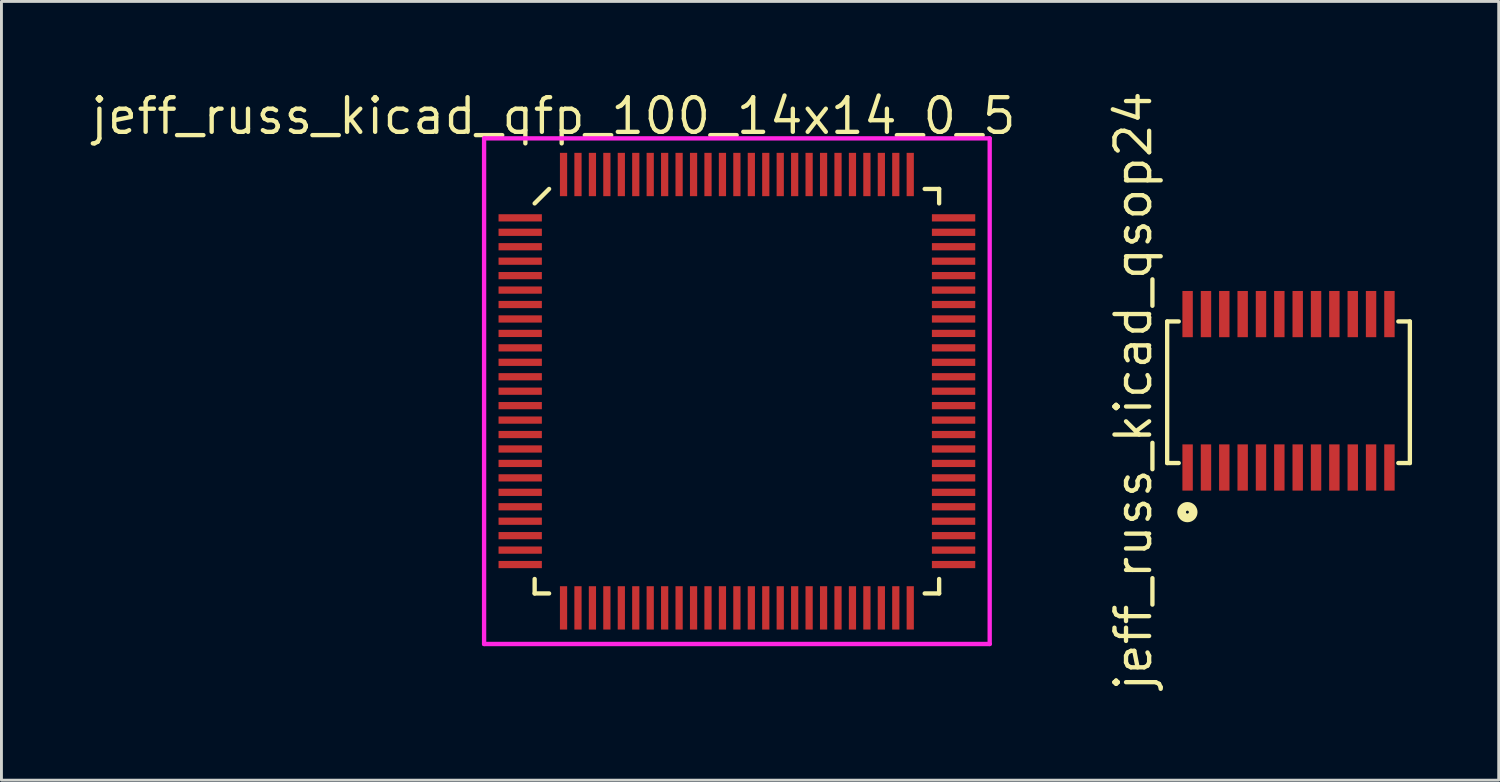
<source format=kicad_pcb>
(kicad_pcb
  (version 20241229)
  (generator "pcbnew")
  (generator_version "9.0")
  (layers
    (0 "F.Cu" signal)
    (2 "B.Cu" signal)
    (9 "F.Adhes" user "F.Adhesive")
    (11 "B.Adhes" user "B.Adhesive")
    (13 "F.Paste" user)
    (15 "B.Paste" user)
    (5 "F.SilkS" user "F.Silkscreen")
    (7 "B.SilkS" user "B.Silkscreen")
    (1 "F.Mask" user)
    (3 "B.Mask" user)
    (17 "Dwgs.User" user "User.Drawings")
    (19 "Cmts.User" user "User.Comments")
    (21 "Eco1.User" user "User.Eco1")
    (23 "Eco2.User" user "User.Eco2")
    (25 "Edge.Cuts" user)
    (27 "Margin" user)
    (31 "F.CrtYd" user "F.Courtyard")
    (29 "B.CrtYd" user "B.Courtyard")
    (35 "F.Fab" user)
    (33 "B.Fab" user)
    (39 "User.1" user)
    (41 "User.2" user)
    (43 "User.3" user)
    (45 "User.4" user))
  (footprint "jeff_russ_kicad_qsop24"
    (layer "F.Cu")
    (at 41.548 10.476)
    (property "Reference" "jeff_russ_kicad_qsop24" (at -5.372 0 90) (layer "F.SilkS") (effects (font (size 1.2 1.2) (thickness 0.15))))
    (attr through_hole)
    (fp_line (start -4.2 -2.4) (end -4.2 2.5) (stroke (width 0.15) (type solid)) (layer "F.SilkS"))
    (fp_line (start -4.2 2.5) (end -3.8 2.5) (stroke (width 0.15) (type solid)) (layer "F.SilkS"))
    (fp_line (start -3.8 -2.4) (end -4.2 -2.4) (stroke (width 0.15) (type solid)) (layer "F.SilkS"))
    (fp_line (start 3.8 2.5) (end 4.2 2.5) (stroke (width 0.15) (type solid)) (layer "F.SilkS"))
    (fp_line (start 4.2 -2.4) (end 3.8 -2.4) (stroke (width 0.15) (type solid)) (layer "F.SilkS"))
    (fp_line (start 4.2 2.5) (end 4.2 -2.4) (stroke (width 0.15) (type solid)) (layer "F.SilkS"))
    (fp_circle (center -3.5 4.2) (end -3.3 4.2) (stroke (width 0.3) (type solid)) (fill no) (layer "F.SilkS"))
    (pad "1" smd rect (at -3.493 2.655) (size 0.36 1.6) (layers "F.Cu" "F.Mask" "F.Paste"))
    (pad "2" smd rect (at -2.857 2.655) (size 0.36 1.6) (layers "F.Cu" "F.Mask" "F.Paste"))
    (pad "3" smd rect (at -2.223 2.655) (size 0.36 1.6) (layers "F.Cu" "F.Mask" "F.Paste"))
    (pad "4" smd rect (at -1.587 2.655) (size 0.36 1.6) (layers "F.Cu" "F.Mask" "F.Paste"))
    (pad "5" smd rect (at -0.953 2.655) (size 0.36 1.6) (layers "F.Cu" "F.Mask" "F.Paste"))
    (pad "6" smd rect (at -0.318 2.655) (size 0.36 1.6) (layers "F.Cu" "F.Mask" "F.Paste"))
    (pad "7" smd rect (at 0.318 2.655) (size 0.36 1.6) (layers "F.Cu" "F.Mask" "F.Paste"))
    (pad "8" smd rect (at 0.953 2.655) (size 0.36 1.6) (layers "F.Cu" "F.Mask" "F.Paste"))
    (pad "9" smd rect (at 1.587 2.655) (size 0.36 1.6) (layers "F.Cu" "F.Mask" "F.Paste"))
    (pad "10" smd rect (at 2.223 2.655) (size 0.36 1.6) (layers "F.Cu" "F.Mask" "F.Paste"))
    (pad "11" smd rect (at 2.857 2.655) (size 0.36 1.6) (layers "F.Cu" "F.Mask" "F.Paste"))
    (pad "12" smd rect (at 3.493 2.655) (size 0.36 1.6) (layers "F.Cu" "F.Mask" "F.Paste"))
    (pad "13" smd rect (at 3.493 -2.655) (size 0.36 1.6) (layers "F.Cu" "F.Mask" "F.Paste"))
    (pad "14" smd rect (at 2.857 -2.655) (size 0.36 1.6) (layers "F.Cu" "F.Mask" "F.Paste"))
    (pad "15" smd rect (at 2.223 -2.655) (size 0.36 1.6) (layers "F.Cu" "F.Mask" "F.Paste"))
    (pad "16" smd rect (at 1.587 -2.655) (size 0.36 1.6) (layers "F.Cu" "F.Mask" "F.Paste"))
    (pad "17" smd rect (at 0.953 -2.655) (size 0.36 1.6) (layers "F.Cu" "F.Mask" "F.Paste"))
    (pad "18" smd rect (at 0.318 -2.655) (size 0.36 1.6) (layers "F.Cu" "F.Mask" "F.Paste"))
    (pad "19" smd rect (at -0.318 -2.655) (size 0.36 1.6) (layers "F.Cu" "F.Mask" "F.Paste"))
    (pad "20" smd rect (at -0.953 -2.655) (size 0.36 1.6) (layers "F.Cu" "F.Mask" "F.Paste"))
    (pad "21" smd rect (at -1.587 -2.655) (size 0.36 1.6) (layers "F.Cu" "F.Mask" "F.Paste"))
    (pad "22" smd rect (at -2.223 -2.655) (size 0.36 1.6) (layers "F.Cu" "F.Mask" "F.Paste"))
    (pad "23" smd rect (at -2.857 -2.655) (size 0.36 1.6) (layers "F.Cu" "F.Mask" "F.Paste"))
    (pad "24" smd rect (at -3.493 -2.655) (size 0.36 1.6) (layers "F.Cu" "F.Mask" "F.Paste")))
  (footprint "jeff_russ_kicad_qfp_100_14x14_0_5"
    (layer "F.Cu")
    (at 22.455 10.49)
    (property "Reference" "jeff_russ_kicad_qfp_100_14x14_0_5" (at -6.35 -9.525 0) (layer "F.SilkS") (effects (font (size 1.2 1.2) (thickness 0.15))))
    (attr through_hole)
    (fp_line (start -7 -6.5) (end -6.5 -7) (stroke (width 0.15) (type solid)) (layer "F.SilkS"))
    (fp_line (start -7 7) (end -7 6.5) (stroke (width 0.15) (type solid)) (layer "F.SilkS"))
    (fp_line (start -6.5 7) (end -7 7) (stroke (width 0.15) (type solid)) (layer "F.SilkS"))
    (fp_line (start 6.5 -7) (end 7 -7) (stroke (width 0.15) (type solid)) (layer "F.SilkS"))
    (fp_line (start 6.5 7) (end 7 7) (stroke (width 0.15) (type solid)) (layer "F.SilkS"))
    (fp_line (start 7 -7) (end 7 -6.5) (stroke (width 0.15) (type solid)) (layer "F.SilkS"))
    (fp_line (start 7 7) (end 7 6.5) (stroke (width 0.15) (type solid)) (layer "F.SilkS"))
    (fp_line (start -8.75 -8.75) (end 8.75 -8.75) (stroke (width 0.15) (type solid)) (layer "F.CrtYd"))
    (fp_line (start -8.75 8.75) (end -8.75 -8.75) (stroke (width 0.15) (type solid)) (layer "F.CrtYd"))
    (fp_line (start 8.75 -8.75) (end 8.75 8.75) (stroke (width 0.15) (type solid)) (layer "F.CrtYd"))
    (fp_line (start 8.75 8.75) (end -8.75 8.75) (stroke (width 0.15) (type solid)) (layer "F.CrtYd"))
    (pad "1" smd rect (at -7.5 -6 90) (size 0.25 1.5) (layers "F.Cu" "F.Mask" "F.Paste"))
    (pad "2" smd rect (at -7.5 -5.5 90) (size 0.25 1.5) (layers "F.Cu" "F.Mask" "F.Paste"))
    (pad "3" smd rect (at -7.5 -5 90) (size 0.25 1.5) (layers "F.Cu" "F.Mask" "F.Paste"))
    (pad "4" smd rect (at -7.5 -4.5 90) (size 0.25 1.5) (layers "F.Cu" "F.Mask" "F.Paste"))
    (pad "5" smd rect (at -7.5 -4 90) (size 0.25 1.5) (layers "F.Cu" "F.Mask" "F.Paste"))
    (pad "6" smd rect (at -7.5 -3.5 90) (size 0.25 1.5) (layers "F.Cu" "F.Mask" "F.Paste"))
    (pad "7" smd rect (at -7.5 -3 90) (size 0.25 1.5) (layers "F.Cu" "F.Mask" "F.Paste"))
    (pad "8" smd rect (at -7.5 -2.5 90) (size 0.25 1.5) (layers "F.Cu" "F.Mask" "F.Paste"))
    (pad "9" smd rect (at -7.5 -2 90) (size 0.25 1.5) (layers "F.Cu" "F.Mask" "F.Paste"))
    (pad "10" smd rect (at -7.5 -1.5 90) (size 0.25 1.5) (layers "F.Cu" "F.Mask" "F.Paste"))
    (pad "11" smd rect (at -7.5 -1 90) (size 0.25 1.5) (layers "F.Cu" "F.Mask" "F.Paste"))
    (pad "12" smd rect (at -7.5 -0.5 90) (size 0.25 1.5) (layers "F.Cu" "F.Mask" "F.Paste"))
    (pad "13" smd rect (at -7.5 0 90) (size 0.25 1.5) (layers "F.Cu" "F.Mask" "F.Paste"))
    (pad "14" smd rect (at -7.5 0.5 90) (size 0.25 1.5) (layers "F.Cu" "F.Mask" "F.Paste"))
    (pad "15" smd rect (at -7.5 1 90) (size 0.25 1.5) (layers "F.Cu" "F.Mask" "F.Paste"))
    (pad "16" smd rect (at -7.5 1.5 90) (size 0.25 1.5) (layers "F.Cu" "F.Mask" "F.Paste"))
    (pad "17" smd rect (at -7.5 2 90) (size 0.25 1.5) (layers "F.Cu" "F.Mask" "F.Paste"))
    (pad "18" smd rect (at -7.5 2.5 90) (size 0.25 1.5) (layers "F.Cu" "F.Mask" "F.Paste"))
    (pad "19" smd rect (at -7.5 3 90) (size 0.25 1.5) (layers "F.Cu" "F.Mask" "F.Paste"))
    (pad "20" smd rect (at -7.5 3.5 90) (size 0.25 1.5) (layers "F.Cu" "F.Mask" "F.Paste"))
    (pad "21" smd rect (at -7.5 4 90) (size 0.25 1.5) (layers "F.Cu" "F.Mask" "F.Paste"))
    (pad "22" smd rect (at -7.5 4.5 90) (size 0.25 1.5) (layers "F.Cu" "F.Mask" "F.Paste"))
    (pad "23" smd rect (at -7.5 5 90) (size 0.25 1.5) (layers "F.Cu" "F.Mask" "F.Paste"))
    (pad "24" smd rect (at -7.5 5.5 90) (size 0.25 1.5) (layers "F.Cu" "F.Mask" "F.Paste"))
    (pad "25" smd rect (at -7.5 6 90) (size 0.25 1.5) (layers "F.Cu" "F.Mask" "F.Paste"))
    (pad "26" smd rect (at -6 7.5) (size 0.25 1.5) (layers "F.Cu" "F.Mask" "F.Paste"))
    (pad "27" smd rect (at -5.5 7.5) (size 0.25 1.5) (layers "F.Cu" "F.Mask" "F.Paste"))
    (pad "28" smd rect (at -5 7.5) (size 0.25 1.5) (layers "F.Cu" "F.Mask" "F.Paste"))
    (pad "29" smd rect (at -4.5 7.5) (size 0.25 1.5) (layers "F.Cu" "F.Mask" "F.Paste"))
    (pad "30" smd rect (at -4 7.5) (size 0.25 1.5) (layers "F.Cu" "F.Mask" "F.Paste"))
    (pad "31" smd rect (at -3.5 7.5) (size 0.25 1.5) (layers "F.Cu" "F.Mask" "F.Paste"))
    (pad "32" smd rect (at -3 7.5) (size 0.25 1.5) (layers "F.Cu" "F.Mask" "F.Paste"))
    (pad "33" smd rect (at -2.5 7.5) (size 0.25 1.5) (layers "F.Cu" "F.Mask" "F.Paste"))
    (pad "34" smd rect (at -2 7.5) (size 0.25 1.5) (layers "F.Cu" "F.Mask" "F.Paste"))
    (pad "35" smd rect (at -1.5 7.5) (size 0.25 1.5) (layers "F.Cu" "F.Mask" "F.Paste"))
    (pad "36" smd rect (at -1 7.5) (size 0.25 1.5) (layers "F.Cu" "F.Mask" "F.Paste"))
    (pad "37" smd rect (at -0.5 7.5) (size 0.25 1.5) (layers "F.Cu" "F.Mask" "F.Paste"))
    (pad "38" smd rect (at 0 7.5) (size 0.25 1.5) (layers "F.Cu" "F.Mask" "F.Paste"))
    (pad "39" smd rect (at 0.5 7.5) (size 0.25 1.5) (layers "F.Cu" "F.Mask" "F.Paste"))
    (pad "40" smd rect (at 1 7.5) (size 0.25 1.5) (layers "F.Cu" "F.Mask" "F.Paste"))
    (pad "41" smd rect (at 1.5 7.5) (size 0.25 1.5) (layers "F.Cu" "F.Mask" "F.Paste"))
    (pad "42" smd rect (at 2 7.5) (size 0.25 1.5) (layers "F.Cu" "F.Mask" "F.Paste"))
    (pad "43" smd rect (at 2.5 7.5) (size 0.25 1.5) (layers "F.Cu" "F.Mask" "F.Paste"))
    (pad "44" smd rect (at 3 7.5) (size 0.25 1.5) (layers "F.Cu" "F.Mask" "F.Paste"))
    (pad "45" smd rect (at 3.5 7.5) (size 0.25 1.5) (layers "F.Cu" "F.Mask" "F.Paste"))
    (pad "46" smd rect (at 4 7.5) (size 0.25 1.5) (layers "F.Cu" "F.Mask" "F.Paste"))
    (pad "47" smd rect (at 4.5 7.5) (size 0.25 1.5) (layers "F.Cu" "F.Mask" "F.Paste"))
    (pad "48" smd rect (at 5 7.5) (size 0.25 1.5) (layers "F.Cu" "F.Mask" "F.Paste"))
    (pad "49" smd rect (at 5.5 7.5) (size 0.25 1.5) (layers "F.Cu" "F.Mask" "F.Paste"))
    (pad "50" smd rect (at 6 7.5) (size 0.25 1.5) (layers "F.Cu" "F.Mask" "F.Paste"))
    (pad "51" smd rect (at 7.5 6 90) (size 0.25 1.5) (layers "F.Cu" "F.Mask" "F.Paste"))
    (pad "52" smd rect (at 7.5 5.5 90) (size 0.25 1.5) (layers "F.Cu" "F.Mask" "F.Paste"))
    (pad "53" smd rect (at 7.5 5 90) (size 0.25 1.5) (layers "F.Cu" "F.Mask" "F.Paste"))
    (pad "54" smd rect (at 7.5 4.5 90) (size 0.25 1.5) (layers "F.Cu" "F.Mask" "F.Paste"))
    (pad "55" smd rect (at 7.5 4 90) (size 0.25 1.5) (layers "F.Cu" "F.Mask" "F.Paste"))
    (pad "56" smd rect (at 7.5 3.5 90) (size 0.25 1.5) (layers "F.Cu" "F.Mask" "F.Paste"))
    (pad "57" smd rect (at 7.5 3 90) (size 0.25 1.5) (layers "F.Cu" "F.Mask" "F.Paste"))
    (pad "58" smd rect (at 7.5 2.5 90) (size 0.25 1.5) (layers "F.Cu" "F.Mask" "F.Paste"))
    (pad "59" smd rect (at 7.5 2 90) (size 0.25 1.5) (layers "F.Cu" "F.Mask" "F.Paste"))
    (pad "60" smd rect (at 7.5 1.5 90) (size 0.25 1.5) (layers "F.Cu" "F.Mask" "F.Paste"))
    (pad "61" smd rect (at 7.5 1 90) (size 0.25 1.5) (layers "F.Cu" "F.Mask" "F.Paste"))
    (pad "62" smd rect (at 7.5 0.5 90) (size 0.25 1.5) (layers "F.Cu" "F.Mask" "F.Paste"))
    (pad "63" smd rect (at 7.5 0 90) (size 0.25 1.5) (layers "F.Cu" "F.Mask" "F.Paste"))
    (pad "64" smd rect (at 7.5 -0.5 90) (size 0.25 1.5) (layers "F.Cu" "F.Mask" "F.Paste"))
    (pad "65" smd rect (at 7.5 -1 90) (size 0.25 1.5) (layers "F.Cu" "F.Mask" "F.Paste"))
    (pad "66" smd rect (at 7.5 -1.5 90) (size 0.25 1.5) (layers "F.Cu" "F.Mask" "F.Paste"))
    (pad "67" smd rect (at 7.5 -2 90) (size 0.25 1.5) (layers "F.Cu" "F.Mask" "F.Paste"))
    (pad "68" smd rect (at 7.5 -2.5 90) (size 0.25 1.5) (layers "F.Cu" "F.Mask" "F.Paste"))
    (pad "69" smd rect (at 7.5 -3 90) (size 0.25 1.5) (layers "F.Cu" "F.Mask" "F.Paste"))
    (pad "70" smd rect (at 7.5 -3.5 90) (size 0.25 1.5) (layers "F.Cu" "F.Mask" "F.Paste"))
    (pad "71" smd rect (at 7.5 -4 90) (size 0.25 1.5) (layers "F.Cu" "F.Mask" "F.Paste"))
    (pad "72" smd rect (at 7.5 -4.5 90) (size 0.25 1.5) (layers "F.Cu" "F.Mask" "F.Paste"))
    (pad "73" smd rect (at 7.5 -5 90) (size 0.25 1.5) (layers "F.Cu" "F.Mask" "F.Paste"))
    (pad "74" smd rect (at 7.5 -5.5 90) (size 0.25 1.5) (layers "F.Cu" "F.Mask" "F.Paste"))
    (pad "75" smd rect (at 7.5 -6 90) (size 0.25 1.5) (layers "F.Cu" "F.Mask" "F.Paste"))
    (pad "76" smd rect (at 6 -7.5) (size 0.25 1.5) (layers "F.Cu" "F.Mask" "F.Paste"))
    (pad "77" smd rect (at 5.5 -7.5) (size 0.25 1.5) (layers "F.Cu" "F.Mask" "F.Paste"))
    (pad "78" smd rect (at 5 -7.5) (size 0.25 1.5) (layers "F.Cu" "F.Mask" "F.Paste"))
    (pad "79" smd rect (at 4.5 -7.5) (size 0.25 1.5) (layers "F.Cu" "F.Mask" "F.Paste"))
    (pad "80" smd rect (at 4 -7.5) (size 0.25 1.5) (layers "F.Cu" "F.Mask" "F.Paste"))
    (pad "81" smd rect (at 3.5 -7.5) (size 0.25 1.5) (layers "F.Cu" "F.Mask" "F.Paste"))
    (pad "82" smd rect (at 3 -7.5) (size 0.25 1.5) (layers "F.Cu" "F.Mask" "F.Paste"))
    (pad "83" smd rect (at 2.5 -7.5) (size 0.25 1.5) (layers "F.Cu" "F.Mask" "F.Paste"))
    (pad "84" smd rect (at 2 -7.5) (size 0.25 1.5) (layers "F.Cu" "F.Mask" "F.Paste"))
    (pad "85" smd rect (at 1.5 -7.5) (size 0.25 1.5) (layers "F.Cu" "F.Mask" "F.Paste"))
    (pad "86" smd rect (at 1 -7.5) (size 0.25 1.5) (layers "F.Cu" "F.Mask" "F.Paste"))
    (pad "87" smd rect (at 0.5 -7.5) (size 0.25 1.5) (layers "F.Cu" "F.Mask" "F.Paste"))
    (pad "88" smd rect (at 0 -7.5) (size 0.25 1.5) (layers "F.Cu" "F.Mask" "F.Paste"))
    (pad "89" smd rect (at -0.5 -7.5) (size 0.25 1.5) (layers "F.Cu" "F.Mask" "F.Paste"))
    (pad "90" smd rect (at -1 -7.5) (size 0.25 1.5) (layers "F.Cu" "F.Mask" "F.Paste"))
    (pad "91" smd rect (at -1.5 -7.5) (size 0.25 1.5) (layers "F.Cu" "F.Mask" "F.Paste"))
    (pad "92" smd rect (at -2 -7.5) (size 0.25 1.5) (layers "F.Cu" "F.Mask" "F.Paste"))
    (pad "93" smd rect (at -2.5 -7.5) (size 0.25 1.5) (layers "F.Cu" "F.Mask" "F.Paste"))
    (pad "94" smd rect (at -3 -7.5) (size 0.25 1.5) (layers "F.Cu" "F.Mask" "F.Paste"))
    (pad "95" smd rect (at -3.5 -7.5) (size 0.25 1.5) (layers "F.Cu" "F.Mask" "F.Paste"))
    (pad "96" smd rect (at -4 -7.5) (size 0.25 1.5) (layers "F.Cu" "F.Mask" "F.Paste"))
    (pad "97" smd rect (at -4.5 -7.5) (size 0.25 1.5) (layers "F.Cu" "F.Mask" "F.Paste"))
    (pad "98" smd rect (at -5 -7.5) (size 0.25 1.5) (layers "F.Cu" "F.Mask" "F.Paste"))
    (pad "99" smd rect (at -5.5 -7.5) (size 0.25 1.5) (layers "F.Cu" "F.Mask" "F.Paste"))
    (pad "100" smd rect (at -6 -7.5) (size 0.25 1.5) (layers "F.Cu" "F.Mask" "F.Paste")))
  (gr_rect
    (start -3 -3)
    (end 48.823 23.953)
    (stroke (width 0.1) (type default))
    (fill no)
    (layer "Edge.Cuts")))
</source>
